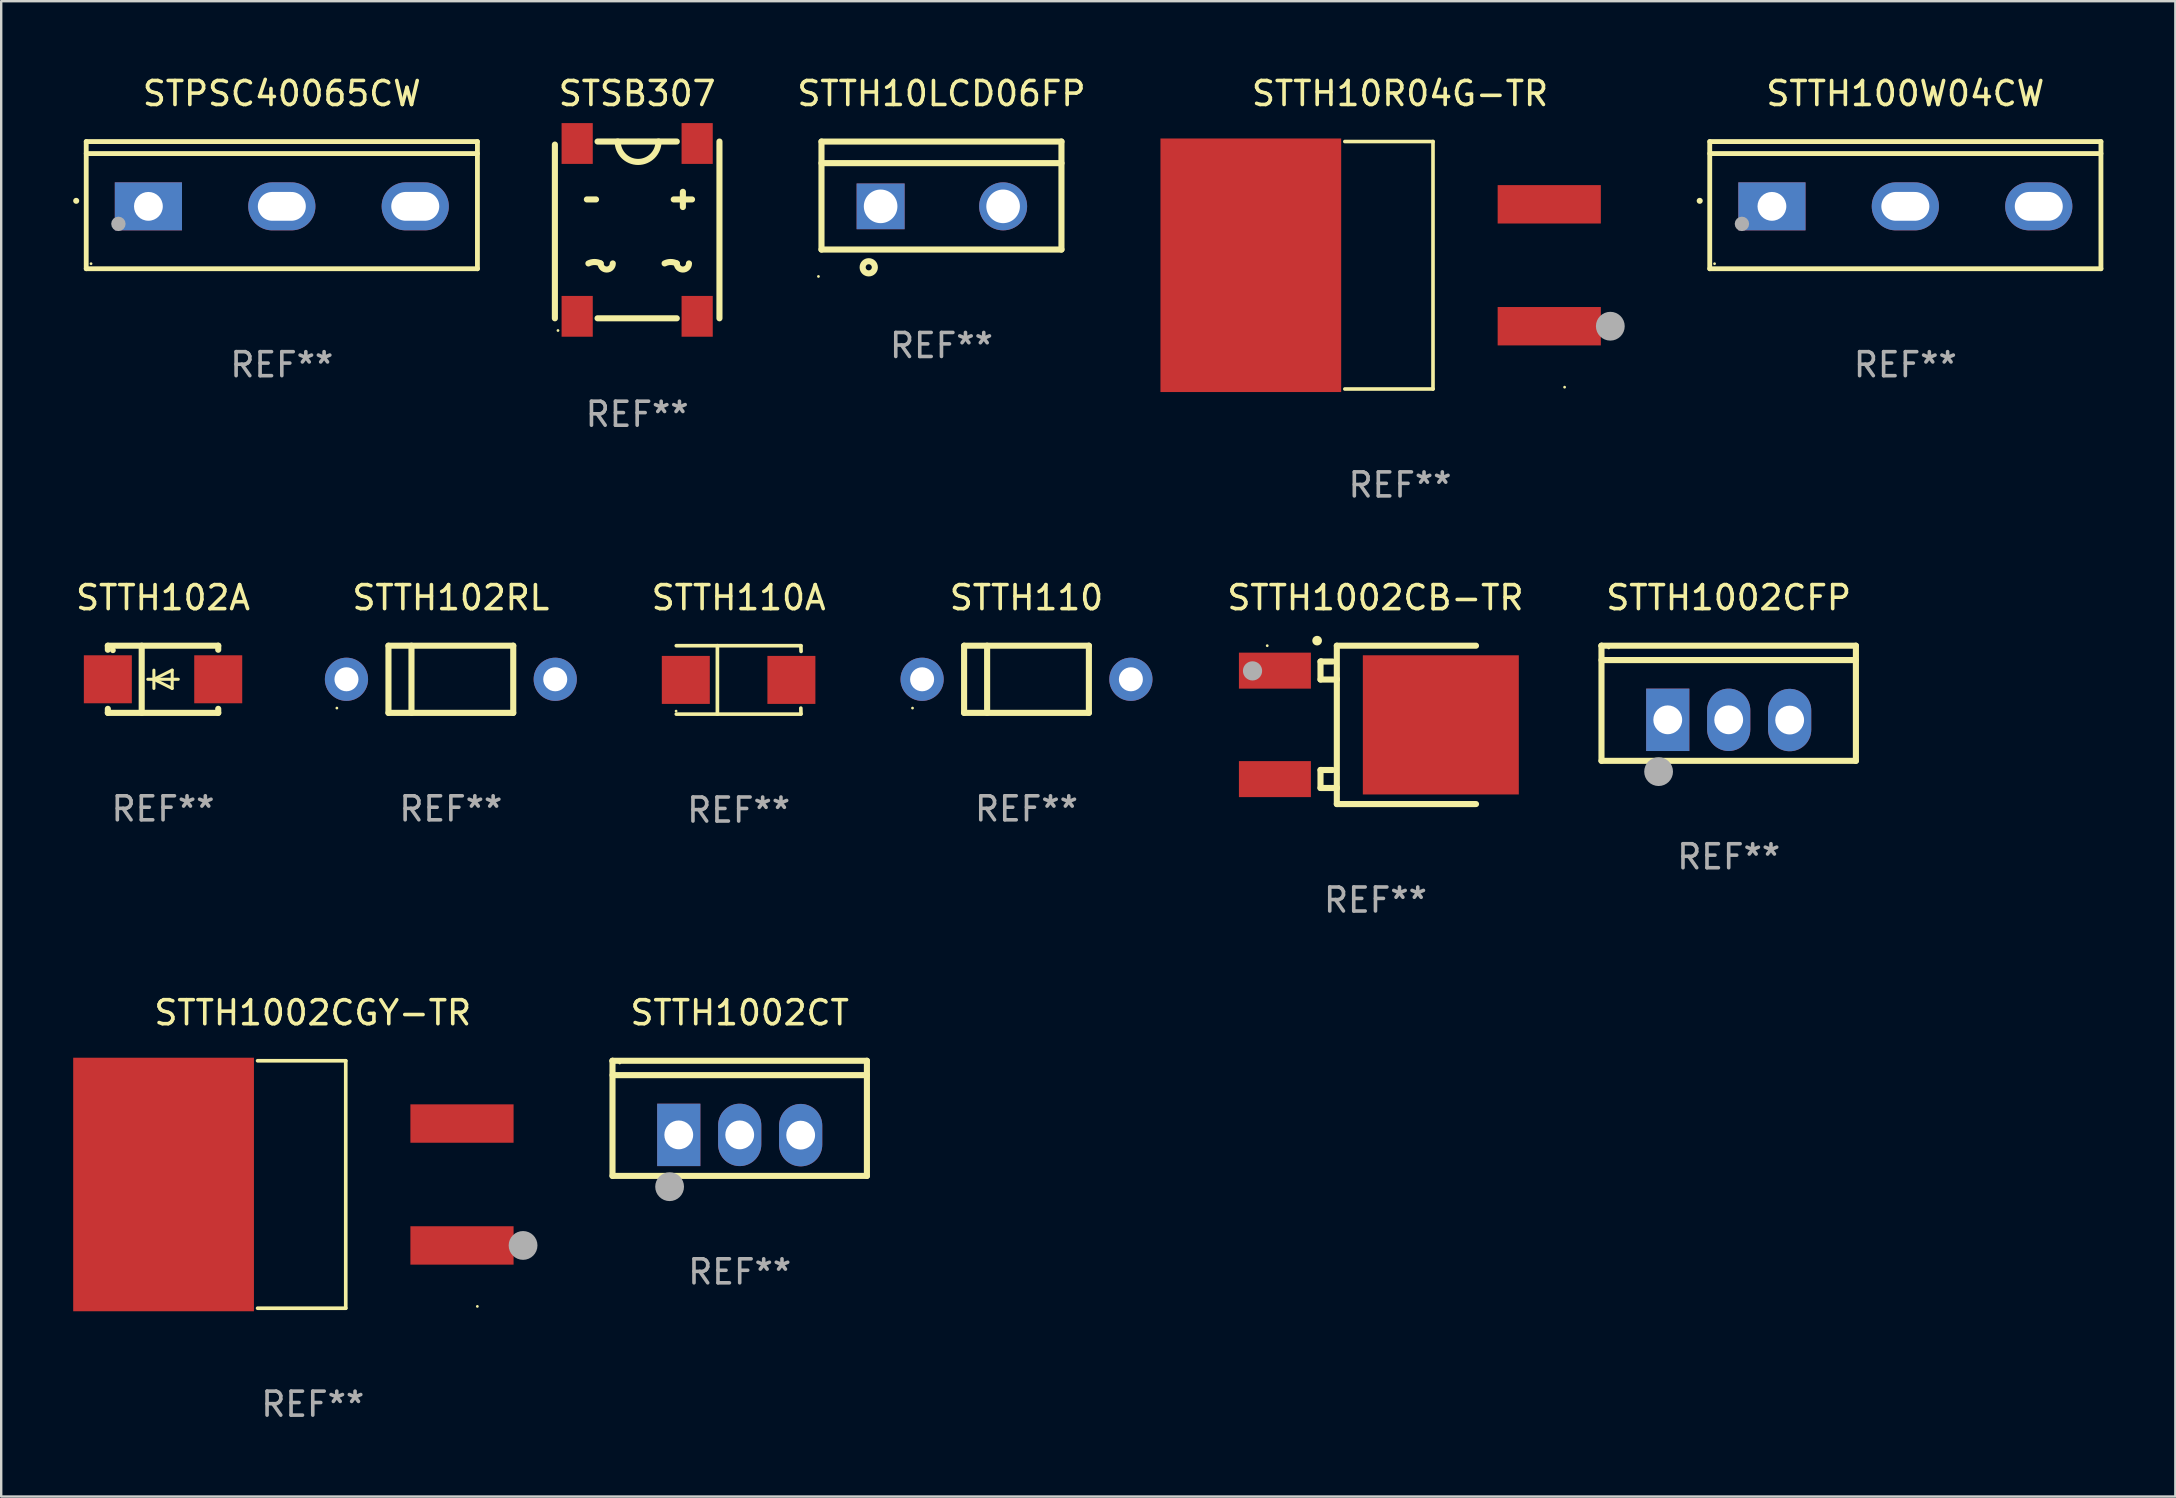
<source format=kicad_pcb>
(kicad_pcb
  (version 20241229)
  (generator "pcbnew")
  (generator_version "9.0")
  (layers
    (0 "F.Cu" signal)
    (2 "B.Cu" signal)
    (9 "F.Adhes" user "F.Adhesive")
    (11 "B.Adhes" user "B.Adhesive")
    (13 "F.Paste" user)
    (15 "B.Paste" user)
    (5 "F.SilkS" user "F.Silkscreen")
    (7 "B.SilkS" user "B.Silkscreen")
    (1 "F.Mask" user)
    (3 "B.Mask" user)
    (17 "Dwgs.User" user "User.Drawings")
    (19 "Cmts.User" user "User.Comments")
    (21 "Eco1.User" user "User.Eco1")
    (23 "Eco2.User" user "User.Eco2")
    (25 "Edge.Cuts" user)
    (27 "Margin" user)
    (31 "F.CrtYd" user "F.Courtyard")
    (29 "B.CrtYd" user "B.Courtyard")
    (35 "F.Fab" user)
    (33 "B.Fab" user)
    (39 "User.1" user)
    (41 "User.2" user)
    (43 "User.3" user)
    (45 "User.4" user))
  (footprint "STTH100W04CW"
    (layer "F.Cu")
    (at 76.349 5.499)
    (property "Reference" "STTH100W04CW" (at 0 -4.65 0) (layer "F.SilkS") (effects (font (size 1 1) (thickness 0.15))))
    (attr through_hole)
    (fp_line (start -8.151 -2.65) (end -8.151 2.65) (stroke (width 0.201) (type solid)) (layer "F.SilkS"))
    (fp_line (start 8.151 -2.65) (end -8.151 -2.65) (stroke (width 0.201) (type solid)) (layer "F.SilkS"))
    (fp_line (start 8.151 -2.15) (end -8.151 -2.15) (stroke (width 0.201) (type solid)) (layer "F.SilkS"))
    (fp_line (start 8.151 2.65) (end -8.151 2.65) (stroke (width 0.201) (type solid)) (layer "F.SilkS"))
    (fp_line (start 8.151 2.65) (end 8.151 -2.65) (stroke (width 0.201) (type solid)) (layer "F.SilkS"))
    (fp_arc (start -8.570003 -0.18048) (mid -8.568733 -0.180486) (end -8.567463 -0.18048) (stroke (width 0.24892) (type solid)) (layer "F.SilkS"))
    (fp_circle (center -7.95 2.44) (end -7.92 2.44) (stroke (width 0.06) (type solid)) (fill no) (layer "F.SilkS"))
    (fp_circle (center -6.81 0.78) (end -6.66 0.78) (stroke (width 0.3) (type solid)) (fill no) (layer "F.Fab"))
    (fp_text user "REF**" (at 0 6.65 0) (layer "F.Fab") (effects (font (size 1 1) (thickness 0.15))))
    (pad "1" thru_hole rect (at -5.56 0.05 90) (size 2 2.8) (drill 1.2) (layers "*.Cu" "*.Mask"))
    (pad "2" thru_hole oval (at 0 0.05 90) (size 2 2.8) (drill oval 1.2 2) (layers "*.Cu" "*.Mask"))
    (pad "3" thru_hole oval (at 5.56 0.05 90) (size 2 2.8) (drill oval 1.2 2) (layers "*.Cu" "*.Mask")))
  (footprint "STTH10R04G-TR"
    (layer "F.Cu")
    (at 55.292 8.004)
    (property "Reference" "STTH10R04G-TR" (at 0 -7.156 0) (layer "F.SilkS") (effects (font (size 1 1) (thickness 0.15))))
    (attr through_hole)
    (fp_line (start -2.3 -5.156) (end 1.374 -5.156) (stroke (width 0.152) (type solid)) (layer "F.SilkS"))
    (fp_line (start -2.3 5.156) (end 1.374 5.156) (stroke (width 0.152) (type solid)) (layer "F.SilkS"))
    (fp_line (start 1.374 5.156) (end 1.374 -5.156) (stroke (width 0.152) (type solid)) (layer "F.SilkS"))
    (fp_circle (center 6.858 5.08) (end 6.888 5.08) (stroke (width 0.06) (type solid)) (fill no) (layer "F.SilkS"))
    (fp_circle (center 8.763 2.54) (end 9.063 2.54) (stroke (width 0.6) (type solid)) (fill no) (layer "F.Fab"))
    (fp_text user "REF**" (at 0 9.156 0) (layer "F.Fab") (effects (font (size 1 1) (thickness 0.15))))
    (pad "1" smd rect (at 6.218 2.54 180) (size 4.3 1.6) (layers "F.Cu" "F.Mask" "F.Paste"))
    (pad "2" smd rect (at -6.218 0 180) (size 7.532 10.566) (layers "F.Cu" "F.Mask" "F.Paste"))
    (pad "3" smd rect (at 6.218 -2.54 180) (size 4.3 1.6) (layers "F.Cu" "F.Mask" "F.Paste")))
  (footprint "STTH1002CGY-TR"
    (layer "F.Cu")
    (at 9.984 46.31)
    (property "Reference" "STTH1002CGY-TR" (at 0 -7.156 0) (layer "F.SilkS") (effects (font (size 1 1) (thickness 0.15))))
    (attr through_hole)
    (fp_line (start -2.3 -5.156) (end 1.374 -5.156) (stroke (width 0.152) (type solid)) (layer "F.SilkS"))
    (fp_line (start -2.3 5.156) (end 1.374 5.156) (stroke (width 0.152) (type solid)) (layer "F.SilkS"))
    (fp_line (start 1.374 5.156) (end 1.374 -5.156) (stroke (width 0.152) (type solid)) (layer "F.SilkS"))
    (fp_circle (center 6.858 5.08) (end 6.888 5.08) (stroke (width 0.06) (type solid)) (fill no) (layer "F.SilkS"))
    (fp_circle (center 8.763 2.54) (end 9.063 2.54) (stroke (width 0.6) (type solid)) (fill no) (layer "F.Fab"))
    (fp_text user "REF**" (at 0 9.156 0) (layer "F.Fab") (effects (font (size 1 1) (thickness 0.15))))
    (pad "1" smd rect (at 6.218 2.54 180) (size 4.3 1.6) (layers "F.Cu" "F.Mask" "F.Paste"))
    (pad "2" smd rect (at -6.218 0 180) (size 7.532 10.566) (layers "F.Cu" "F.Mask" "F.Paste"))
    (pad "3" smd rect (at 6.218 -2.54 180) (size 4.3 1.6) (layers "F.Cu" "F.Mask" "F.Paste")))
  (footprint "STTH1002CFP"
    (layer "F.Cu")
    (at 68.988 26.256)
    (property "Reference" "STTH1002CFP" (at 0 -4.399 0) (layer "F.SilkS") (effects (font (size 1 1) (thickness 0.15))))
    (attr through_hole)
    (fp_line (start -5.301 -2.399) (end 5.301 -2.399) (stroke (width 0.254) (type solid)) (layer "F.SilkS"))
    (fp_line (start -5.301 -2.394) (end -5.301 -2.399) (stroke (width 0.254) (type solid)) (layer "F.SilkS"))
    (fp_line (start -5.301 2.399) (end -5.301 -2.394) (stroke (width 0.254) (type solid)) (layer "F.SilkS"))
    (fp_line (start 5.3 -1.8) (end -5.3 -1.8) (stroke (width 0.254) (type solid)) (layer "F.SilkS"))
    (fp_line (start 5.301 -2.399) (end 5.301 2.399) (stroke (width 0.254) (type solid)) (layer "F.SilkS"))
    (fp_line (start 5.301 2.399) (end -5.301 2.399) (stroke (width 0.254) (type solid)) (layer "F.SilkS"))
    (fp_arc (start -2.769977 3.025032) (mid -2.768707 3.025028) (end -2.767437 3.025032) (stroke (width 0.4) (type solid)) (layer "F.SilkS"))
    (fp_circle (center -5 -2.305) (end -4.97 -2.305) (stroke (width 0.06) (type solid)) (fill no) (layer "F.SilkS"))
    (fp_circle (center -2.921 2.849) (end -2.621 2.849) (stroke (width 0.6) (type solid)) (fill no) (layer "F.Fab"))
    (fp_text user "REF**" (at 0 6.399 0) (layer "F.Fab") (effects (font (size 1 1) (thickness 0.15))))
    (pad "1" thru_hole rect (at -2.54 0.69) (size 1.8 2.6) (drill 1.2) (layers "*.Cu" "*.Mask"))
    (pad "2" thru_hole oval (at 0 0.69) (size 1.8 2.6) (drill 1.2) (layers "*.Cu" "*.Mask"))
    (pad "3" thru_hole oval (at 2.54 0.7) (size 1.8 2.6) (drill 1.2) (layers "*.Cu" "*.Mask")))
  (footprint "STTH1002CB-TR"
    (layer "F.Cu")
    (at 54.268 27.157)
    (property "Reference" "STTH1002CB-TR" (at 0 -5.3 0) (layer "F.SilkS") (effects (font (size 1 1) (thickness 0.15))))
    (attr through_hole)
    (fp_line (start -2.29 -2.64) (end -2.29 -1.89) (stroke (width 0.254) (type solid)) (layer "F.SilkS"))
    (fp_line (start -2.29 -1.89) (end -1.61 -1.89) (stroke (width 0.254) (type solid)) (layer "F.SilkS"))
    (fp_line (start -2.29 1.88) (end -2.29 2.63) (stroke (width 0.254) (type solid)) (layer "F.SilkS"))
    (fp_line (start -2.29 2.63) (end -1.61 2.63) (stroke (width 0.254) (type solid)) (layer "F.SilkS"))
    (fp_line (start -2.25 -2.64) (end -2.29 -2.64) (stroke (width 0.254) (type solid)) (layer "F.SilkS"))
    (fp_line (start -2.25 1.88) (end -2.29 1.88) (stroke (width 0.254) (type solid)) (layer "F.SilkS"))
    (fp_line (start -1.79 -2.64) (end -2.25 -2.64) (stroke (width 0.254) (type solid)) (layer "F.SilkS"))
    (fp_line (start -1.79 1.88) (end -2.25 1.88) (stroke (width 0.254) (type solid)) (layer "F.SilkS"))
    (fp_line (start -1.61 -3.3) (end -1.61 3.3) (stroke (width 0.254) (type solid)) (layer "F.SilkS"))
    (fp_line (start -1.61 -1.89) (end -1.61 -1.909) (stroke (width 0.254) (type solid)) (layer "F.SilkS"))
    (fp_line (start -1.61 3.3) (end 4.19 3.3) (stroke (width 0.254) (type solid)) (layer "F.SilkS"))
    (fp_line (start -1.61 2.63) (end -1.61 2.611) (stroke (width 0.254) (type solid)) (layer "F.SilkS"))
    (fp_line (start 4.19 -3.3) (end -1.61 -3.3) (stroke (width 0.254) (type solid)) (layer "F.SilkS"))
    (fp_arc (start -2.432614 -3.510008) (mid -2.431344 -3.510012) (end -2.430074 -3.510008) (stroke (width 0.4) (type solid)) (layer "F.SilkS"))
    (fp_circle (center -4.51 -3.3) (end -4.48 -3.3) (stroke (width 0.06) (type solid)) (fill no) (layer "F.SilkS"))
    (fp_circle (center -5.123 -2.25) (end -4.923 -2.25) (stroke (width 0.4) (type solid)) (fill no) (layer "F.Fab"))
    (fp_text user "REF**" (at 0 7.3 0) (layer "F.Fab") (effects (font (size 1 1) (thickness 0.15))))
    (pad "1" smd rect (at -4.19 -2.26) (size 3 1.5) (layers "F.Cu" "F.Mask" "F.Paste"))
    (pad "2" smd rect (at 2.724 -0.000051) (size 6.5 5.8) (layers "F.Cu" "F.Mask" "F.Paste"))
    (pad "3" smd rect (at -4.19 2.26) (size 3 1.5) (layers "F.Cu" "F.Mask" "F.Paste")))
  (footprint "STPSC40065CW"
    (layer "F.Cu")
    (at 8.694 5.499)
    (property "Reference" "STPSC40065CW" (at 0 -4.65 0) (layer "F.SilkS") (effects (font (size 1 1) (thickness 0.15))))
    (attr through_hole)
    (fp_line (start -8.151 -2.65) (end -8.151 2.65) (stroke (width 0.201) (type solid)) (layer "F.SilkS"))
    (fp_line (start 8.151 -2.65) (end -8.151 -2.65) (stroke (width 0.201) (type solid)) (layer "F.SilkS"))
    (fp_line (start 8.151 -2.15) (end -8.151 -2.15) (stroke (width 0.201) (type solid)) (layer "F.SilkS"))
    (fp_line (start 8.151 2.65) (end -8.151 2.65) (stroke (width 0.201) (type solid)) (layer "F.SilkS"))
    (fp_line (start 8.151 2.65) (end 8.151 -2.65) (stroke (width 0.201) (type solid)) (layer "F.SilkS"))
    (fp_arc (start -8.570003 -0.18048) (mid -8.568733 -0.180486) (end -8.567463 -0.18048) (stroke (width 0.24892) (type solid)) (layer "F.SilkS"))
    (fp_circle (center -7.95 2.44) (end -7.92 2.44) (stroke (width 0.06) (type solid)) (fill no) (layer "F.SilkS"))
    (fp_circle (center -6.81 0.78) (end -6.66 0.78) (stroke (width 0.3) (type solid)) (fill no) (layer "F.Fab"))
    (fp_text user "REF**" (at 0 6.65 0) (layer "F.Fab") (effects (font (size 1 1) (thickness 0.15))))
    (pad "1" thru_hole rect (at -5.56 0.05 90) (size 2 2.8) (drill 1.2) (layers "*.Cu" "*.Mask"))
    (pad "2" thru_hole oval (at 0 0.05 90) (size 2 2.8) (drill oval 1.2 2) (layers "*.Cu" "*.Mask"))
    (pad "3" thru_hole oval (at 5.56 0.05 90) (size 2 2.8) (drill oval 1.2 2) (layers "*.Cu" "*.Mask")))
  (footprint "STTH110A"
    (layer "F.Cu")
    (at 27.732 25.283)
    (property "Reference" "STTH110A" (at 0 -3.426 0) (layer "F.SilkS") (effects (font (size 1 1) (thickness 0.15))))
    (attr through_hole)
    (fp_line (start -2.6 -1.426) (end 2.593 -1.426) (stroke (width 0.152) (type solid)) (layer "F.SilkS"))
    (fp_line (start -2.6 1.426) (end 2.593 1.426) (stroke (width 0.152) (type solid)) (layer "F.SilkS"))
    (fp_line (start -0.887 -1.426) (end -0.887 1.426) (stroke (width 0.152) (type solid)) (layer "F.SilkS"))
    (fp_line (start 2.59 1.176) (end 2.597 1.415) (stroke (width 0.152) (type solid)) (layer "F.SilkS"))
    (fp_line (start 2.593 -1.426) (end 2.6 -1.187) (stroke (width 0.152) (type solid)) (layer "F.SilkS"))
    (fp_circle (center -2.608 1.3) (end -2.578 1.3) (stroke (width 0.06) (type solid)) (fill no) (layer "F.SilkS"))
    (fp_text user "REF**" (at 0 5.426 0) (layer "F.Fab") (effects (font (size 1 1) (thickness 0.15))))
    (pad "1" smd rect (at -2.203 0 180) (size 2 2) (layers "F.Cu" "F.Mask" "F.Paste"))
    (pad "2" smd rect (at 2.197 0 180) (size 2 2) (layers "F.Cu" "F.Mask" "F.Paste")))
  (footprint "STTH1002CT"
    (layer "F.Cu")
    (at 27.775 43.553)
    (property "Reference" "STTH1002CT" (at 0 -4.399 0) (layer "F.SilkS") (effects (font (size 1 1) (thickness 0.15))))
    (attr through_hole)
    (fp_line (start -5.301 -2.399) (end 5.301 -2.399) (stroke (width 0.254) (type solid)) (layer "F.SilkS"))
    (fp_line (start -5.301 -2.394) (end -5.301 -2.399) (stroke (width 0.254) (type solid)) (layer "F.SilkS"))
    (fp_line (start -5.301 2.399) (end -5.301 -2.394) (stroke (width 0.254) (type solid)) (layer "F.SilkS"))
    (fp_line (start 5.3 -1.8) (end -5.3 -1.8) (stroke (width 0.254) (type solid)) (layer "F.SilkS"))
    (fp_line (start 5.301 -2.399) (end 5.301 2.399) (stroke (width 0.254) (type solid)) (layer "F.SilkS"))
    (fp_line (start 5.301 2.399) (end -5.301 2.399) (stroke (width 0.254) (type solid)) (layer "F.SilkS"))
    (fp_arc (start -2.769977 3.025032) (mid -2.768707 3.025028) (end -2.767437 3.025032) (stroke (width 0.4) (type solid)) (layer "F.SilkS"))
    (fp_circle (center -5 -2.305) (end -4.97 -2.305) (stroke (width 0.06) (type solid)) (fill no) (layer "F.SilkS"))
    (fp_circle (center -2.921 2.849) (end -2.621 2.849) (stroke (width 0.6) (type solid)) (fill no) (layer "F.Fab"))
    (fp_text user "REF**" (at 0 6.399 0) (layer "F.Fab") (effects (font (size 1 1) (thickness 0.15))))
    (pad "1" thru_hole rect (at -2.54 0.69) (size 1.8 2.6) (drill 1.2) (layers "*.Cu" "*.Mask"))
    (pad "2" thru_hole oval (at 0 0.69) (size 1.8 2.6) (drill 1.2) (layers "*.Cu" "*.Mask"))
    (pad "3" thru_hole oval (at 2.54 0.7) (size 1.8 2.6) (drill 1.2) (layers "*.Cu" "*.Mask")))
  (footprint "STTH110"
    (layer "F.Cu")
    (at 39.726 25.257)
    (property "Reference" "STTH110" (at 0 -3.4 0) (layer "F.SilkS") (effects (font (size 1 1) (thickness 0.15))))
    (attr through_hole)
    (fp_line (start -2.6 -1.4) (end -2.6 1.4) (stroke (width 0.254) (type solid)) (layer "F.SilkS"))
    (fp_line (start -2.6 -1.4) (end 2.6 -1.4) (stroke (width 0.254) (type solid)) (layer "F.SilkS"))
    (fp_line (start -2.6 1.4) (end 2.6 1.4) (stroke (width 0.254) (type solid)) (layer "F.SilkS"))
    (fp_line (start -1.641 -1.4) (end -1.641 1.4) (stroke (width 0.254) (type solid)) (layer "F.SilkS"))
    (fp_line (start 2.6 -1.4) (end 2.6 1.4) (stroke (width 0.254) (type solid)) (layer "F.SilkS"))
    (fp_circle (center -4.75 1.2) (end -4.72 1.2) (stroke (width 0.06) (type solid)) (fill no) (layer "F.SilkS"))
    (fp_text user "REF**" (at 0 5.4 0) (layer "F.Fab") (effects (font (size 1 1) (thickness 0.15))))
    (pad "1" thru_hole circle (at -4.35 0) (size 1.8 1.8) (drill 1) (layers "*.Cu" "*.Mask"))
    (pad "2" thru_hole circle (at 4.35 0) (size 1.8 1.8) (drill 1) (layers "*.Cu" "*.Mask")))
  (footprint "STTH10LCD06FP"
    (layer "F.Cu")
    (at 36.183 5.099)
    (property "Reference" "STTH10LCD06FP" (at 0 -4.25 0) (layer "F.SilkS") (effects (font (size 1 1) (thickness 0.15))))
    (attr through_hole)
    (fp_line (start -5 -2.25) (end 5 -2.25) (stroke (width 0.254) (type solid)) (layer "F.SilkS"))
    (fp_line (start -5 -1.351) (end 5 -1.351) (stroke (width 0.254) (type solid)) (layer "F.SilkS"))
    (fp_line (start -5 2.25) (end -5 -2.25) (stroke (width 0.254) (type solid)) (layer "F.SilkS"))
    (fp_line (start -5 2.25) (end 5 2.25) (stroke (width 0.254) (type solid)) (layer "F.SilkS"))
    (fp_line (start 5 2.25) (end 5 -2.25) (stroke (width 0.254) (type solid)) (layer "F.SilkS"))
    (fp_circle (center -5.127 3.371) (end -5.097 3.371) (stroke (width 0.06) (type solid)) (fill no) (layer "F.SilkS"))
    (fp_circle (center -3.031 2.99) (end -2.777 2.99) (stroke (width 0.254) (type solid)) (fill no) (layer "F.SilkS"))
    (fp_text user "REF**" (at 0 6.25 0) (layer "F.Fab") (effects (font (size 1 1) (thickness 0.15))))
    (pad "1" thru_hole rect (at -2.536 0.45 90) (size 1.905 2) (drill 1.4) (layers "*.Cu" "*.Mask"))
    (pad "3" thru_hole circle (at 2.569 0.45) (size 2 2) (drill 1.4) (layers "*.Cu" "*.Mask")))
  (footprint "STTH102A"
    (layer "F.Cu")
    (at 3.744 25.257)
    (property "Reference" "STTH102A" (at 0 -3.4 0) (layer "F.SilkS") (effects (font (size 1 1) (thickness 0.15))))
    (attr through_hole)
    (fp_line (start -2.3 -1.4) (end -2.3 -1.231) (stroke (width 0.254) (type solid)) (layer "F.SilkS"))
    (fp_line (start -2.3 -1.4) (end 2.3 -1.4) (stroke (width 0.254) (type solid)) (layer "F.SilkS"))
    (fp_line (start -2.3 1.231) (end -2.3 1.4) (stroke (width 0.254) (type solid)) (layer "F.SilkS"))
    (fp_line (start -2.3 1.4) (end 2.3 1.4) (stroke (width 0.254) (type solid)) (layer "F.SilkS"))
    (fp_line (start -0.889 1.4) (end -0.889 -1.4) (stroke (width 0.254) (type solid)) (layer "F.SilkS"))
    (fp_line (start -0.381 0) (end -0.381 -0.381) (stroke (width 0.127) (type solid)) (layer "F.SilkS"))
    (fp_line (start -0.381 0) (end -0.381 0.381) (stroke (width 0.127) (type solid)) (layer "F.SilkS"))
    (fp_line (start 0.381 -0.381) (end -0.381 0) (stroke (width 0.127) (type solid)) (layer "F.SilkS"))
    (fp_line (start 0.381 0) (end 0.381 -0.381) (stroke (width 0.127) (type solid)) (layer "F.SilkS"))
    (fp_line (start 0.381 0) (end 0.381 0.381) (stroke (width 0.127) (type solid)) (layer "F.SilkS"))
    (fp_line (start 0.381 0.381) (end -0.381 0) (stroke (width 0.127) (type solid)) (layer "F.SilkS"))
    (fp_line (start 0.635 0) (end -0.635 0) (stroke (width 0.127) (type solid)) (layer "F.SilkS"))
    (fp_line (start 2.3 -1.4) (end 2.3 -1.231) (stroke (width 0.254) (type solid)) (layer "F.SilkS"))
    (fp_line (start 2.3 1.231) (end 2.3 1.4) (stroke (width 0.254) (type solid)) (layer "F.SilkS"))
    (fp_circle (center -2.088 -1.208) (end -2.028 -1.208) (stroke (width 0.12) (type solid)) (fill no) (layer "F.SilkS"))
    (fp_text user "REF**" (at 0 5.4 0) (layer "F.Fab") (effects (font (size 1 1) (thickness 0.15))))
    (pad "1" smd rect (at -2.3 0 180) (size 2 2) (layers "F.Cu" "F.Mask" "F.Paste"))
    (pad "2" smd rect (at 2.3 0 180) (size 2 2) (layers "F.Cu" "F.Mask" "F.Paste")))
  (footprint "STTH102RL"
    (layer "F.Cu")
    (at 15.738 25.257)
    (property "Reference" "STTH102RL" (at 0 -3.4 0) (layer "F.SilkS") (effects (font (size 1 1) (thickness 0.15))))
    (attr through_hole)
    (fp_line (start -2.6 -1.4) (end -2.6 1.4) (stroke (width 0.254) (type solid)) (layer "F.SilkS"))
    (fp_line (start -2.6 -1.4) (end 2.6 -1.4) (stroke (width 0.254) (type solid)) (layer "F.SilkS"))
    (fp_line (start -2.6 1.4) (end 2.6 1.4) (stroke (width 0.254) (type solid)) (layer "F.SilkS"))
    (fp_line (start -1.641 -1.4) (end -1.641 1.4) (stroke (width 0.254) (type solid)) (layer "F.SilkS"))
    (fp_line (start 2.6 -1.4) (end 2.6 1.4) (stroke (width 0.254) (type solid)) (layer "F.SilkS"))
    (fp_circle (center -4.75 1.2) (end -4.72 1.2) (stroke (width 0.06) (type solid)) (fill no) (layer "F.SilkS"))
    (fp_text user "REF**" (at 0 5.4 0) (layer "F.Fab") (effects (font (size 1 1) (thickness 0.15))))
    (pad "1" thru_hole circle (at -4.35 0) (size 1.8 1.8) (drill 1) (layers "*.Cu" "*.Mask"))
    (pad "2" thru_hole circle (at 4.35 0) (size 1.8 1.8) (drill 1) (layers "*.Cu" "*.Mask")))
  (footprint "STSB307"
    (layer "F.Cu")
    (at 23.502 6.531)
    (property "Reference" "STSB307" (at 0 -5.683 0) (layer "F.SilkS") (effects (font (size 1 1) (thickness 0.15))))
    (attr through_hole)
    (fp_line (start -3.429 -3.556) (end -3.429 3.683) (stroke (width 0.254) (type solid)) (layer "F.SilkS"))
    (fp_line (start -2.096 -1.27) (end -1.715 -1.27) (stroke (width 0.254) (type solid)) (layer "F.SilkS"))
    (fp_line (start -1.651 3.683) (end 1.651 3.683) (stroke (width 0.254) (type solid)) (layer "F.SilkS"))
    (fp_line (start 1.524 -1.27) (end 2.286 -1.27) (stroke (width 0.254) (type solid)) (layer "F.SilkS"))
    (fp_line (start 1.651 -3.683) (end -1.651 -3.683) (stroke (width 0.254) (type solid)) (layer "F.SilkS"))
    (fp_line (start 1.905 -1.588) (end 1.905 -0.953) (stroke (width 0.254) (type solid)) (layer "F.SilkS"))
    (fp_line (start 3.429 -3.683) (end 3.429 3.683) (stroke (width 0.254) (type solid)) (layer "F.SilkS"))
    (fp_arc (start -2.032004 1.397003) (mid -1.778004 1.337042) (end -1.524003 1.397003) (stroke (width 0.254001) (type solid)) (layer "F.SilkS"))
    (fp_arc (start -1.016002 1.397003) (mid -1.270003 1.651004) (end -1.524004 1.397003) (stroke (width 0.254001) (type solid)) (layer "F.SilkS"))
    (fp_arc (start 0.889002 -3.683007) (mid 0.038976 -2.833121) (end -0.81105 -3.683008) (stroke (width 0.254001) (type solid)) (layer "F.SilkS"))
    (fp_arc (start 1.143002 1.397003) (mid 1.397003 1.337041) (end 1.651003 1.397003) (stroke (width 0.254001) (type solid)) (layer "F.SilkS"))
    (fp_arc (start 2.159004 1.397003) (mid 1.905004 1.651003) (end 1.651004 1.397003) (stroke (width 0.254001) (type solid)) (layer "F.SilkS"))
    (fp_circle (center -3.3 4.192) (end -3.27 4.192) (stroke (width 0.06) (type solid)) (fill no) (layer "F.SilkS"))
    (fp_text user "REF**" (at 0 7.683 0) (layer "F.Fab") (effects (font (size 1 1) (thickness 0.15))))
    (pad "1" smd rect (at -2.5 3.601) (size 1.3 1.7) (layers "F.Cu" "F.Mask" "F.Paste"))
    (pad "2" smd rect (at 2.5 3.601) (size 1.3 1.7) (layers "F.Cu" "F.Mask" "F.Paste"))
    (pad "3" smd rect (at 2.5 -3.601) (size 1.3 1.7) (layers "F.Cu" "F.Mask" "F.Paste"))
    (pad "4" smd rect (at -2.5 -3.601) (size 1.3 1.7) (layers "F.Cu" "F.Mask" "F.Paste")))
  (gr_rect
    (start -3 -3)
    (end 87.601 59.314)
    (stroke (width 0.1) (type default))
    (fill no)
    (layer "Edge.Cuts")))
</source>
